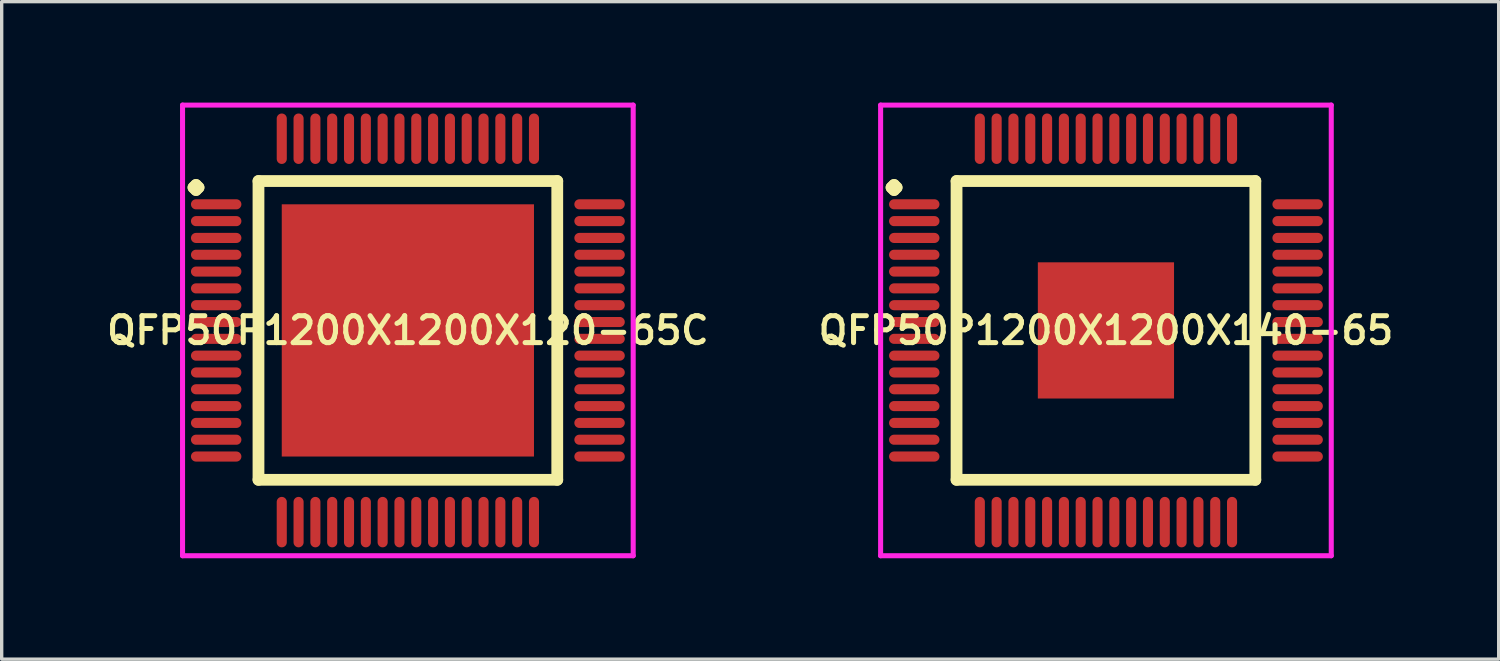
<source format=kicad_pcb>
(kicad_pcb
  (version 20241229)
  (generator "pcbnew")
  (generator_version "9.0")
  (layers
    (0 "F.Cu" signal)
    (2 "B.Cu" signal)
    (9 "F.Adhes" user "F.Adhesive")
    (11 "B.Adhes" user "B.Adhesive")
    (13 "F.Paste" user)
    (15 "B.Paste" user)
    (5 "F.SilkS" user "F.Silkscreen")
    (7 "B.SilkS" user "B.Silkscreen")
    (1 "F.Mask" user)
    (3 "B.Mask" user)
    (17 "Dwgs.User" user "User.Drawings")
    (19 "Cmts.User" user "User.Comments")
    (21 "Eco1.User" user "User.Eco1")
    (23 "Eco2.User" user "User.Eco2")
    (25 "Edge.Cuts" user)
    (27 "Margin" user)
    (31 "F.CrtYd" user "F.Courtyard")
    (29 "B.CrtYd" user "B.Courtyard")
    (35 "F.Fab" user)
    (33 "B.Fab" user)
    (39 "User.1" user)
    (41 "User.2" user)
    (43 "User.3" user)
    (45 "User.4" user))
  (footprint "QFP50P1200X1200X140-65"
    (layer "F.Cu")
    (at 29.835 6.775)
    (property "Reference" "QFP50P1200X1200X140-65" (at 0 0 0) (layer "F.SilkS") (effects (font (size 0.8 0.8) (thickness 0.15))))
    (attr smd)
    (fp_line (start -6.375 -4.25) (end -6.3 -4.325) (stroke (width 0.35) (type solid)) (layer "F.SilkS"))
    (fp_line (start -6.3 -4.325) (end -6.225 -4.25) (stroke (width 0.35) (type solid)) (layer "F.SilkS"))
    (fp_line (start -6.3 -4.175) (end -6.375 -4.25) (stroke (width 0.35) (type solid)) (layer "F.SilkS"))
    (fp_line (start -6.225 -4.25) (end -6.3 -4.175) (stroke (width 0.35) (type solid)) (layer "F.SilkS"))
    (fp_line (start -4.442 -4.442) (end -4.442 4.442) (stroke (width 0.35) (type solid)) (layer "F.SilkS"))
    (fp_line (start -4.442 4.442) (end 4.442 4.442) (stroke (width 0.35) (type solid)) (layer "F.SilkS"))
    (fp_line (start 4.442 -4.442) (end -4.442 -4.442) (stroke (width 0.35) (type solid)) (layer "F.SilkS"))
    (fp_line (start 4.442 4.442) (end 4.442 -4.442) (stroke (width 0.35) (type solid)) (layer "F.SilkS"))
    (fp_line (start -6.7 -6.7) (end 6.7 -6.7) (stroke (width 0.15) (type solid)) (layer "F.CrtYd"))
    (fp_line (start -6.7 6.7) (end -6.7 -6.7) (stroke (width 0.15) (type solid)) (layer "F.CrtYd"))
    (fp_line (start 6.7 -6.7) (end 6.7 6.7) (stroke (width 0.15) (type solid)) (layer "F.CrtYd"))
    (fp_line (start 6.7 6.7) (end -6.7 6.7) (stroke (width 0.15) (type solid)) (layer "F.CrtYd"))
    (pad "1" smd oval (at -5.7 -3.75) (size 1.5 0.3) (layers "F.Cu" "F.Mask" "F.Paste"))
    (pad "2" smd oval (at -5.7 -3.25) (size 1.5 0.3) (layers "F.Cu" "F.Mask" "F.Paste"))
    (pad "3" smd oval (at -5.7 -2.75) (size 1.5 0.3) (layers "F.Cu" "F.Mask" "F.Paste"))
    (pad "4" smd oval (at -5.7 -2.25) (size 1.5 0.3) (layers "F.Cu" "F.Mask" "F.Paste"))
    (pad "5" smd oval (at -5.7 -1.75) (size 1.5 0.3) (layers "F.Cu" "F.Mask" "F.Paste"))
    (pad "6" smd oval (at -5.7 -1.25) (size 1.5 0.3) (layers "F.Cu" "F.Mask" "F.Paste"))
    (pad "7" smd oval (at -5.7 -0.75) (size 1.5 0.3) (layers "F.Cu" "F.Mask" "F.Paste"))
    (pad "8" smd oval (at -5.7 -0.25) (size 1.5 0.3) (layers "F.Cu" "F.Mask" "F.Paste"))
    (pad "9" smd oval (at -5.7 0.25) (size 1.5 0.3) (layers "F.Cu" "F.Mask" "F.Paste"))
    (pad "10" smd oval (at -5.7 0.75) (size 1.5 0.3) (layers "F.Cu" "F.Mask" "F.Paste"))
    (pad "11" smd oval (at -5.7 1.25) (size 1.5 0.3) (layers "F.Cu" "F.Mask" "F.Paste"))
    (pad "12" smd oval (at -5.7 1.75) (size 1.5 0.3) (layers "F.Cu" "F.Mask" "F.Paste"))
    (pad "13" smd oval (at -5.7 2.25) (size 1.5 0.3) (layers "F.Cu" "F.Mask" "F.Paste"))
    (pad "14" smd oval (at -5.7 2.75) (size 1.5 0.3) (layers "F.Cu" "F.Mask" "F.Paste"))
    (pad "15" smd oval (at -5.7 3.25) (size 1.5 0.3) (layers "F.Cu" "F.Mask" "F.Paste"))
    (pad "16" smd oval (at -5.7 3.75) (size 1.5 0.3) (layers "F.Cu" "F.Mask" "F.Paste"))
    (pad "17" smd oval (at -3.75 5.7) (size 0.3 1.5) (layers "F.Cu" "F.Mask" "F.Paste"))
    (pad "18" smd oval (at -3.25 5.7) (size 0.3 1.5) (layers "F.Cu" "F.Mask" "F.Paste"))
    (pad "19" smd oval (at -2.75 5.7) (size 0.3 1.5) (layers "F.Cu" "F.Mask" "F.Paste"))
    (pad "20" smd oval (at -2.25 5.7) (size 0.3 1.5) (layers "F.Cu" "F.Mask" "F.Paste"))
    (pad "21" smd oval (at -1.75 5.7) (size 0.3 1.5) (layers "F.Cu" "F.Mask" "F.Paste"))
    (pad "22" smd oval (at -1.25 5.7) (size 0.3 1.5) (layers "F.Cu" "F.Mask" "F.Paste"))
    (pad "23" smd oval (at -0.75 5.7) (size 0.3 1.5) (layers "F.Cu" "F.Mask" "F.Paste"))
    (pad "24" smd oval (at -0.25 5.7) (size 0.3 1.5) (layers "F.Cu" "F.Mask" "F.Paste"))
    (pad "25" smd oval (at 0.25 5.7) (size 0.3 1.5) (layers "F.Cu" "F.Mask" "F.Paste"))
    (pad "26" smd oval (at 0.75 5.7) (size 0.3 1.5) (layers "F.Cu" "F.Mask" "F.Paste"))
    (pad "27" smd oval (at 1.25 5.7) (size 0.3 1.5) (layers "F.Cu" "F.Mask" "F.Paste"))
    (pad "28" smd oval (at 1.75 5.7) (size 0.3 1.5) (layers "F.Cu" "F.Mask" "F.Paste"))
    (pad "29" smd oval (at 2.25 5.7) (size 0.3 1.5) (layers "F.Cu" "F.Mask" "F.Paste"))
    (pad "30" smd oval (at 2.75 5.7) (size 0.3 1.5) (layers "F.Cu" "F.Mask" "F.Paste"))
    (pad "31" smd oval (at 3.25 5.7) (size 0.3 1.5) (layers "F.Cu" "F.Mask" "F.Paste"))
    (pad "32" smd oval (at 3.75 5.7) (size 0.3 1.5) (layers "F.Cu" "F.Mask" "F.Paste"))
    (pad "33" smd oval (at 5.7 3.75) (size 1.5 0.3) (layers "F.Cu" "F.Mask" "F.Paste"))
    (pad "34" smd oval (at 5.7 3.25) (size 1.5 0.3) (layers "F.Cu" "F.Mask" "F.Paste"))
    (pad "35" smd oval (at 5.7 2.75) (size 1.5 0.3) (layers "F.Cu" "F.Mask" "F.Paste"))
    (pad "36" smd oval (at 5.7 2.25) (size 1.5 0.3) (layers "F.Cu" "F.Mask" "F.Paste"))
    (pad "37" smd oval (at 5.7 1.75) (size 1.5 0.3) (layers "F.Cu" "F.Mask" "F.Paste"))
    (pad "38" smd oval (at 5.7 1.25) (size 1.5 0.3) (layers "F.Cu" "F.Mask" "F.Paste"))
    (pad "39" smd oval (at 5.7 0.75) (size 1.5 0.3) (layers "F.Cu" "F.Mask" "F.Paste"))
    (pad "40" smd oval (at 5.7 0.25) (size 1.5 0.3) (layers "F.Cu" "F.Mask" "F.Paste"))
    (pad "41" smd oval (at 5.7 -0.25) (size 1.5 0.3) (layers "F.Cu" "F.Mask" "F.Paste"))
    (pad "42" smd oval (at 5.7 -0.75) (size 1.5 0.3) (layers "F.Cu" "F.Mask" "F.Paste"))
    (pad "43" smd oval (at 5.7 -1.25) (size 1.5 0.3) (layers "F.Cu" "F.Mask" "F.Paste"))
    (pad "44" smd oval (at 5.7 -1.75) (size 1.5 0.3) (layers "F.Cu" "F.Mask" "F.Paste"))
    (pad "45" smd oval (at 5.7 -2.25) (size 1.5 0.3) (layers "F.Cu" "F.Mask" "F.Paste"))
    (pad "46" smd oval (at 5.7 -2.75) (size 1.5 0.3) (layers "F.Cu" "F.Mask" "F.Paste"))
    (pad "47" smd oval (at 5.7 -3.25) (size 1.5 0.3) (layers "F.Cu" "F.Mask" "F.Paste"))
    (pad "48" smd oval (at 5.7 -3.75) (size 1.5 0.3) (layers "F.Cu" "F.Mask" "F.Paste"))
    (pad "49" smd oval (at 3.75 -5.7) (size 0.3 1.5) (layers "F.Cu" "F.Mask" "F.Paste"))
    (pad "50" smd oval (at 3.25 -5.7) (size 0.3 1.5) (layers "F.Cu" "F.Mask" "F.Paste"))
    (pad "51" smd oval (at 2.75 -5.7) (size 0.3 1.5) (layers "F.Cu" "F.Mask" "F.Paste"))
    (pad "52" smd oval (at 2.25 -5.7) (size 0.3 1.5) (layers "F.Cu" "F.Mask" "F.Paste"))
    (pad "53" smd oval (at 1.75 -5.7) (size 0.3 1.5) (layers "F.Cu" "F.Mask" "F.Paste"))
    (pad "54" smd oval (at 1.25 -5.7) (size 0.3 1.5) (layers "F.Cu" "F.Mask" "F.Paste"))
    (pad "55" smd oval (at 0.75 -5.7) (size 0.3 1.5) (layers "F.Cu" "F.Mask" "F.Paste"))
    (pad "56" smd oval (at 0.25 -5.7) (size 0.3 1.5) (layers "F.Cu" "F.Mask" "F.Paste"))
    (pad "57" smd oval (at -0.25 -5.7) (size 0.3 1.5) (layers "F.Cu" "F.Mask" "F.Paste"))
    (pad "58" smd oval (at -0.75 -5.7) (size 0.3 1.5) (layers "F.Cu" "F.Mask" "F.Paste"))
    (pad "59" smd oval (at -1.25 -5.7) (size 0.3 1.5) (layers "F.Cu" "F.Mask" "F.Paste"))
    (pad "60" smd oval (at -1.75 -5.7) (size 0.3 1.5) (layers "F.Cu" "F.Mask" "F.Paste"))
    (pad "61" smd oval (at -2.25 -5.7) (size 0.3 1.5) (layers "F.Cu" "F.Mask" "F.Paste"))
    (pad "62" smd oval (at -2.75 -5.7) (size 0.3 1.5) (layers "F.Cu" "F.Mask" "F.Paste"))
    (pad "63" smd oval (at -3.25 -5.7) (size 0.3 1.5) (layers "F.Cu" "F.Mask" "F.Paste"))
    (pad "64" smd oval (at -3.75 -5.7) (size 0.3 1.5) (layers "F.Cu" "F.Mask" "F.Paste"))
    (pad "65" smd rect (at 0 0) (size 4.05 4.05) (layers "F.Cu" "F.Mask" "F.Paste")))
  (footprint "QFP50P1200X1200X120-65C"
    (layer "F.Cu")
    (at 9.078 6.775)
    (property "Reference" "QFP50P1200X1200X120-65C" (at 0 0 0) (layer "F.SilkS") (effects (font (size 0.8 0.8) (thickness 0.15))))
    (attr smd)
    (fp_line (start -6.375 -4.25) (end -6.3 -4.325) (stroke (width 0.35) (type solid)) (layer "F.SilkS"))
    (fp_line (start -6.3 -4.325) (end -6.225 -4.25) (stroke (width 0.35) (type solid)) (layer "F.SilkS"))
    (fp_line (start -6.3 -4.175) (end -6.375 -4.25) (stroke (width 0.35) (type solid)) (layer "F.SilkS"))
    (fp_line (start -6.225 -4.25) (end -6.3 -4.175) (stroke (width 0.35) (type solid)) (layer "F.SilkS"))
    (fp_line (start -4.442 -4.442) (end -4.442 4.442) (stroke (width 0.35) (type solid)) (layer "F.SilkS"))
    (fp_line (start -4.442 4.442) (end 4.442 4.442) (stroke (width 0.35) (type solid)) (layer "F.SilkS"))
    (fp_line (start 4.442 -4.442) (end -4.442 -4.442) (stroke (width 0.35) (type solid)) (layer "F.SilkS"))
    (fp_line (start 4.442 4.442) (end 4.442 -4.442) (stroke (width 0.35) (type solid)) (layer "F.SilkS"))
    (fp_line (start -6.7 -6.7) (end 6.7 -6.7) (stroke (width 0.15) (type solid)) (layer "F.CrtYd"))
    (fp_line (start -6.7 6.7) (end -6.7 -6.7) (stroke (width 0.15) (type solid)) (layer "F.CrtYd"))
    (fp_line (start 6.7 -6.7) (end 6.7 6.7) (stroke (width 0.15) (type solid)) (layer "F.CrtYd"))
    (fp_line (start 6.7 6.7) (end -6.7 6.7) (stroke (width 0.15) (type solid)) (layer "F.CrtYd"))
    (pad "1" smd oval (at -5.7 -3.75) (size 1.5 0.3) (layers "F.Cu" "F.Mask" "F.Paste"))
    (pad "2" smd oval (at -5.7 -3.25) (size 1.5 0.3) (layers "F.Cu" "F.Mask" "F.Paste"))
    (pad "3" smd oval (at -5.7 -2.75) (size 1.5 0.3) (layers "F.Cu" "F.Mask" "F.Paste"))
    (pad "4" smd oval (at -5.7 -2.25) (size 1.5 0.3) (layers "F.Cu" "F.Mask" "F.Paste"))
    (pad "5" smd oval (at -5.7 -1.75) (size 1.5 0.3) (layers "F.Cu" "F.Mask" "F.Paste"))
    (pad "6" smd oval (at -5.7 -1.25) (size 1.5 0.3) (layers "F.Cu" "F.Mask" "F.Paste"))
    (pad "7" smd oval (at -5.7 -0.75) (size 1.5 0.3) (layers "F.Cu" "F.Mask" "F.Paste"))
    (pad "8" smd oval (at -5.7 -0.25) (size 1.5 0.3) (layers "F.Cu" "F.Mask" "F.Paste"))
    (pad "9" smd oval (at -5.7 0.25) (size 1.5 0.3) (layers "F.Cu" "F.Mask" "F.Paste"))
    (pad "10" smd oval (at -5.7 0.75) (size 1.5 0.3) (layers "F.Cu" "F.Mask" "F.Paste"))
    (pad "11" smd oval (at -5.7 1.25) (size 1.5 0.3) (layers "F.Cu" "F.Mask" "F.Paste"))
    (pad "12" smd oval (at -5.7 1.75) (size 1.5 0.3) (layers "F.Cu" "F.Mask" "F.Paste"))
    (pad "13" smd oval (at -5.7 2.25) (size 1.5 0.3) (layers "F.Cu" "F.Mask" "F.Paste"))
    (pad "14" smd oval (at -5.7 2.75) (size 1.5 0.3) (layers "F.Cu" "F.Mask" "F.Paste"))
    (pad "15" smd oval (at -5.7 3.25) (size 1.5 0.3) (layers "F.Cu" "F.Mask" "F.Paste"))
    (pad "16" smd oval (at -5.7 3.75) (size 1.5 0.3) (layers "F.Cu" "F.Mask" "F.Paste"))
    (pad "17" smd oval (at -3.75 5.7) (size 0.3 1.5) (layers "F.Cu" "F.Mask" "F.Paste"))
    (pad "18" smd oval (at -3.25 5.7) (size 0.3 1.5) (layers "F.Cu" "F.Mask" "F.Paste"))
    (pad "19" smd oval (at -2.75 5.7) (size 0.3 1.5) (layers "F.Cu" "F.Mask" "F.Paste"))
    (pad "20" smd oval (at -2.25 5.7) (size 0.3 1.5) (layers "F.Cu" "F.Mask" "F.Paste"))
    (pad "21" smd oval (at -1.75 5.7) (size 0.3 1.5) (layers "F.Cu" "F.Mask" "F.Paste"))
    (pad "22" smd oval (at -1.25 5.7) (size 0.3 1.5) (layers "F.Cu" "F.Mask" "F.Paste"))
    (pad "23" smd oval (at -0.75 5.7) (size 0.3 1.5) (layers "F.Cu" "F.Mask" "F.Paste"))
    (pad "24" smd oval (at -0.25 5.7) (size 0.3 1.5) (layers "F.Cu" "F.Mask" "F.Paste"))
    (pad "25" smd oval (at 0.25 5.7) (size 0.3 1.5) (layers "F.Cu" "F.Mask" "F.Paste"))
    (pad "26" smd oval (at 0.75 5.7) (size 0.3 1.5) (layers "F.Cu" "F.Mask" "F.Paste"))
    (pad "27" smd oval (at 1.25 5.7) (size 0.3 1.5) (layers "F.Cu" "F.Mask" "F.Paste"))
    (pad "28" smd oval (at 1.75 5.7) (size 0.3 1.5) (layers "F.Cu" "F.Mask" "F.Paste"))
    (pad "29" smd oval (at 2.25 5.7) (size 0.3 1.5) (layers "F.Cu" "F.Mask" "F.Paste"))
    (pad "30" smd oval (at 2.75 5.7) (size 0.3 1.5) (layers "F.Cu" "F.Mask" "F.Paste"))
    (pad "31" smd oval (at 3.25 5.7) (size 0.3 1.5) (layers "F.Cu" "F.Mask" "F.Paste"))
    (pad "32" smd oval (at 3.75 5.7) (size 0.3 1.5) (layers "F.Cu" "F.Mask" "F.Paste"))
    (pad "33" smd oval (at 5.7 3.75) (size 1.5 0.3) (layers "F.Cu" "F.Mask" "F.Paste"))
    (pad "34" smd oval (at 5.7 3.25) (size 1.5 0.3) (layers "F.Cu" "F.Mask" "F.Paste"))
    (pad "35" smd oval (at 5.7 2.75) (size 1.5 0.3) (layers "F.Cu" "F.Mask" "F.Paste"))
    (pad "36" smd oval (at 5.7 2.25) (size 1.5 0.3) (layers "F.Cu" "F.Mask" "F.Paste"))
    (pad "37" smd oval (at 5.7 1.75) (size 1.5 0.3) (layers "F.Cu" "F.Mask" "F.Paste"))
    (pad "38" smd oval (at 5.7 1.25) (size 1.5 0.3) (layers "F.Cu" "F.Mask" "F.Paste"))
    (pad "39" smd oval (at 5.7 0.75) (size 1.5 0.3) (layers "F.Cu" "F.Mask" "F.Paste"))
    (pad "40" smd oval (at 5.7 0.25) (size 1.5 0.3) (layers "F.Cu" "F.Mask" "F.Paste"))
    (pad "41" smd oval (at 5.7 -0.25) (size 1.5 0.3) (layers "F.Cu" "F.Mask" "F.Paste"))
    (pad "42" smd oval (at 5.7 -0.75) (size 1.5 0.3) (layers "F.Cu" "F.Mask" "F.Paste"))
    (pad "43" smd oval (at 5.7 -1.25) (size 1.5 0.3) (layers "F.Cu" "F.Mask" "F.Paste"))
    (pad "44" smd oval (at 5.7 -1.75) (size 1.5 0.3) (layers "F.Cu" "F.Mask" "F.Paste"))
    (pad "45" smd oval (at 5.7 -2.25) (size 1.5 0.3) (layers "F.Cu" "F.Mask" "F.Paste"))
    (pad "46" smd oval (at 5.7 -2.75) (size 1.5 0.3) (layers "F.Cu" "F.Mask" "F.Paste"))
    (pad "47" smd oval (at 5.7 -3.25) (size 1.5 0.3) (layers "F.Cu" "F.Mask" "F.Paste"))
    (pad "48" smd oval (at 5.7 -3.75) (size 1.5 0.3) (layers "F.Cu" "F.Mask" "F.Paste"))
    (pad "49" smd oval (at 3.75 -5.7) (size 0.3 1.5) (layers "F.Cu" "F.Mask" "F.Paste"))
    (pad "50" smd oval (at 3.25 -5.7) (size 0.3 1.5) (layers "F.Cu" "F.Mask" "F.Paste"))
    (pad "51" smd oval (at 2.75 -5.7) (size 0.3 1.5) (layers "F.Cu" "F.Mask" "F.Paste"))
    (pad "52" smd oval (at 2.25 -5.7) (size 0.3 1.5) (layers "F.Cu" "F.Mask" "F.Paste"))
    (pad "53" smd oval (at 1.75 -5.7) (size 0.3 1.5) (layers "F.Cu" "F.Mask" "F.Paste"))
    (pad "54" smd oval (at 1.25 -5.7) (size 0.3 1.5) (layers "F.Cu" "F.Mask" "F.Paste"))
    (pad "55" smd oval (at 0.75 -5.7) (size 0.3 1.5) (layers "F.Cu" "F.Mask" "F.Paste"))
    (pad "56" smd oval (at 0.25 -5.7) (size 0.3 1.5) (layers "F.Cu" "F.Mask" "F.Paste"))
    (pad "57" smd oval (at -0.25 -5.7) (size 0.3 1.5) (layers "F.Cu" "F.Mask" "F.Paste"))
    (pad "58" smd oval (at -0.75 -5.7) (size 0.3 1.5) (layers "F.Cu" "F.Mask" "F.Paste"))
    (pad "59" smd oval (at -1.25 -5.7) (size 0.3 1.5) (layers "F.Cu" "F.Mask" "F.Paste"))
    (pad "60" smd oval (at -1.75 -5.7) (size 0.3 1.5) (layers "F.Cu" "F.Mask" "F.Paste"))
    (pad "61" smd oval (at -2.25 -5.7) (size 0.3 1.5) (layers "F.Cu" "F.Mask" "F.Paste"))
    (pad "62" smd oval (at -2.75 -5.7) (size 0.3 1.5) (layers "F.Cu" "F.Mask" "F.Paste"))
    (pad "63" smd oval (at -3.25 -5.7) (size 0.3 1.5) (layers "F.Cu" "F.Mask" "F.Paste"))
    (pad "64" smd oval (at -3.75 -5.7) (size 0.3 1.5) (layers "F.Cu" "F.Mask" "F.Paste"))
    (pad "65" smd rect (at 0 0) (size 7.5 7.5) (layers "F.Cu" "F.Mask" "F.Paste")))
  (gr_rect
    (start -3 -3)
    (end 41.513 16.55)
    (stroke (width 0.1) (type default))
    (fill no)
    (layer "Edge.Cuts")))
</source>
